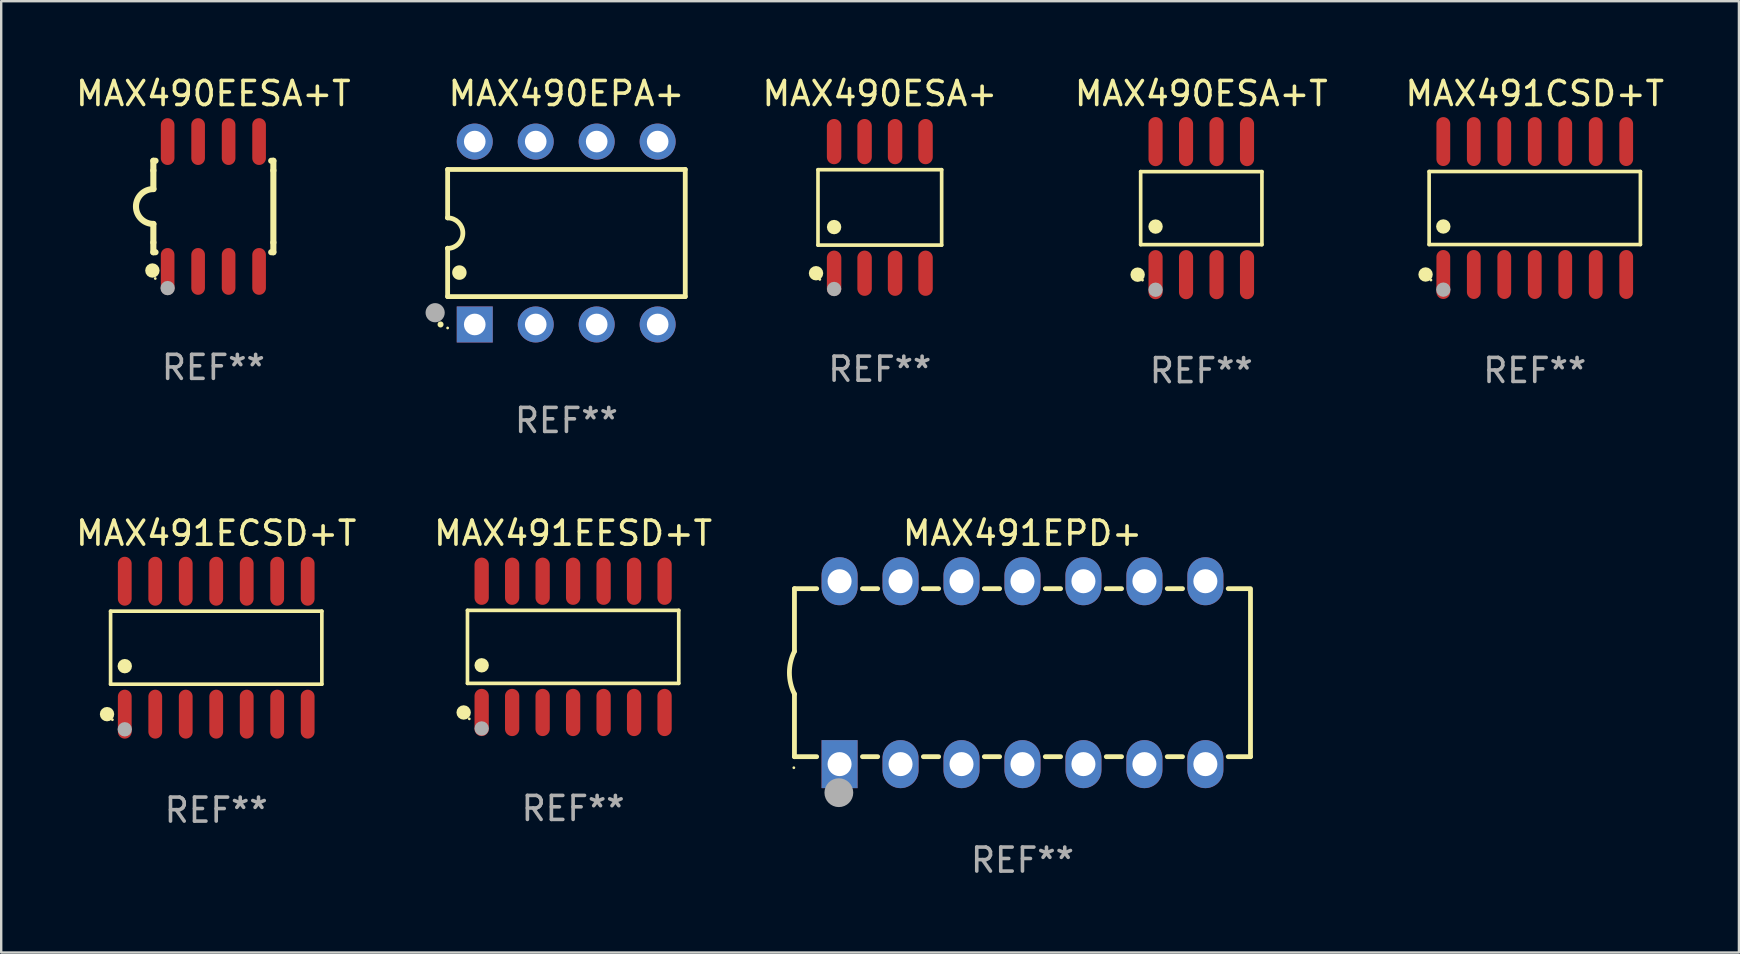
<source format=kicad_pcb>
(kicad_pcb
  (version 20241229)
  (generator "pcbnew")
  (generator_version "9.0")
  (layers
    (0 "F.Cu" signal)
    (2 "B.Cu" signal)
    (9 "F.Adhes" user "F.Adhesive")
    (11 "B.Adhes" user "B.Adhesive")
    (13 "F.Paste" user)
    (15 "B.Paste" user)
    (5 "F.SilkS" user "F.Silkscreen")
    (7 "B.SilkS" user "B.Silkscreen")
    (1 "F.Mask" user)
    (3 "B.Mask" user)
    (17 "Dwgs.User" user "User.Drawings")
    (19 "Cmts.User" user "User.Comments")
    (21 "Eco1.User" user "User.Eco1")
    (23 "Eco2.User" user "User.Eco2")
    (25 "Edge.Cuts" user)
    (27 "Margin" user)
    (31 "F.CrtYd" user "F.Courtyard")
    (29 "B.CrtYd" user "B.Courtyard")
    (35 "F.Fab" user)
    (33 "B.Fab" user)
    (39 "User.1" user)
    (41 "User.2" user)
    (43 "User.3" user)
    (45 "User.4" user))
  (footprint "MAX491EPD+"
    (layer "F.Cu")
    (at 39.548 24.975)
    (property "Reference" "MAX491EPD+" (at 0 -5.81 0) (layer "F.SilkS") (effects (font (size 1 1) (thickness 0.15))))
    (attr through_hole)
    (fp_line (start -9.5 -3.5) (end -9.5 -0.889) (stroke (width 0.2) (type solid)) (layer "F.SilkS"))
    (fp_line (start -9.5 -3.5) (end -8.572 -3.5) (stroke (width 0.2) (type solid)) (layer "F.SilkS"))
    (fp_line (start -9.5 3.5) (end -9.5 0.889) (stroke (width 0.2) (type solid)) (layer "F.SilkS"))
    (fp_line (start -9.5 3.5) (end -8.574 3.5) (stroke (width 0.2) (type solid)) (layer "F.SilkS"))
    (fp_line (start -6.668 -3.5) (end -6.032 -3.5) (stroke (width 0.2) (type solid)) (layer "F.SilkS"))
    (fp_line (start -6.666 3.5) (end -6.032 3.5) (stroke (width 0.2) (type solid)) (layer "F.SilkS"))
    (fp_line (start -4.128 -3.5) (end -3.492 -3.5) (stroke (width 0.2) (type solid)) (layer "F.SilkS"))
    (fp_line (start -4.128 3.5) (end -3.492 3.5) (stroke (width 0.2) (type solid)) (layer "F.SilkS"))
    (fp_line (start -1.588 -3.5) (end -0.952 -3.5) (stroke (width 0.2) (type solid)) (layer "F.SilkS"))
    (fp_line (start -1.588 3.5) (end -0.952 3.5) (stroke (width 0.2) (type solid)) (layer "F.SilkS"))
    (fp_line (start 0.952 -3.5) (end 1.588 -3.5) (stroke (width 0.2) (type solid)) (layer "F.SilkS"))
    (fp_line (start 0.952 3.5) (end 1.588 3.5) (stroke (width 0.2) (type solid)) (layer "F.SilkS"))
    (fp_line (start 3.492 -3.5) (end 4.128 -3.5) (stroke (width 0.2) (type solid)) (layer "F.SilkS"))
    (fp_line (start 3.492 3.5) (end 4.128 3.5) (stroke (width 0.2) (type solid)) (layer "F.SilkS"))
    (fp_line (start 6.032 -3.5) (end 6.668 -3.5) (stroke (width 0.2) (type solid)) (layer "F.SilkS"))
    (fp_line (start 6.032 3.5) (end 6.668 3.5) (stroke (width 0.2) (type solid)) (layer "F.SilkS"))
    (fp_line (start 8.572 -3.5) (end 9.5 -3.5) (stroke (width 0.2) (type solid)) (layer "F.SilkS"))
    (fp_line (start 8.572 3.5) (end 9.5 3.5) (stroke (width 0.2) (type solid)) (layer "F.SilkS"))
    (fp_line (start 9.5 3.5) (end 9.5 -3.429) (stroke (width 0.2) (type solid)) (layer "F.SilkS"))
    (fp_arc (start -9.499619 0.889001) (mid -9.709623 0.000047) (end -9.500025 -0.889002) (stroke (width 0.2) (type solid)) (layer "F.SilkS"))
    (fp_circle (center -9.525 3.96) (end -9.495 3.96) (stroke (width 0.06) (type solid)) (fill no) (layer "F.SilkS"))
    (fp_circle (center -7.65 5) (end -7.35 5) (stroke (width 0.6) (type solid)) (fill no) (layer "F.Fab"))
    (fp_text user "REF**" (at 0 7.81 0) (layer "F.Fab") (effects (font (size 1 1) (thickness 0.15))))
    (pad "1" thru_hole rect (at -7.62 3.81 90) (size 2 1.5) (drill 1) (layers "*.Cu" "*.Mask"))
    (pad "2" thru_hole oval (at -5.08 3.81 90) (size 2 1.5) (drill 1) (layers "*.Cu" "*.Mask"))
    (pad "3" thru_hole oval (at -2.54 3.81 90) (size 2 1.5) (drill 1) (layers "*.Cu" "*.Mask"))
    (pad "4" thru_hole oval (at 0 3.81 90) (size 2 1.5) (drill 1) (layers "*.Cu" "*.Mask"))
    (pad "5" thru_hole oval (at 2.54 3.81 90) (size 2 1.5) (drill 1) (layers "*.Cu" "*.Mask"))
    (pad "6" thru_hole oval (at 5.08 3.81 90) (size 2 1.5) (drill 1) (layers "*.Cu" "*.Mask"))
    (pad "7" thru_hole oval (at 7.62 3.81 90) (size 2 1.5) (drill 1) (layers "*.Cu" "*.Mask"))
    (pad "8" thru_hole oval (at 7.62 -3.81 90) (size 2 1.5) (drill 1) (layers "*.Cu" "*.Mask"))
    (pad "9" thru_hole oval (at 5.08 -3.81 90) (size 2 1.5) (drill 1) (layers "*.Cu" "*.Mask"))
    (pad "10" thru_hole oval (at 2.54 -3.81 90) (size 2 1.5) (drill 1) (layers "*.Cu" "*.Mask"))
    (pad "11" thru_hole oval (at 0 -3.81 90) (size 2 1.5) (drill 1) (layers "*.Cu" "*.Mask"))
    (pad "12" thru_hole oval (at -2.54 -3.81 90) (size 2 1.5) (drill 1) (layers "*.Cu" "*.Mask"))
    (pad "13" thru_hole oval (at -5.08 -3.81 90) (size 2 1.5) (drill 1) (layers "*.Cu" "*.Mask"))
    (pad "14" thru_hole oval (at -7.62 -3.81 90) (size 2 1.5) (drill 1) (layers "*.Cu" "*.Mask")))
  (footprint "MAX490ESA+"
    (layer "F.Cu")
    (at 33.605 5.591)
    (property "Reference" "MAX490ESA+" (at 0 -4.742 0) (layer "F.SilkS") (effects (font (size 1 1) (thickness 0.15))))
    (attr through_hole)
    (fp_line (start -2.576 -1.571) (end 2.576 -1.571) (stroke (width 0.152) (type solid)) (layer "F.SilkS"))
    (fp_line (start -2.576 1.571) (end -2.576 -1.571) (stroke (width 0.152) (type solid)) (layer "F.SilkS"))
    (fp_line (start 2.576 -1.571) (end 2.576 1.571) (stroke (width 0.152) (type solid)) (layer "F.SilkS"))
    (fp_line (start 2.576 1.571) (end -2.576 1.571) (stroke (width 0.152) (type solid)) (layer "F.SilkS"))
    (fp_circle (center -2.658 2.742) (end -2.508 2.742) (stroke (width 0.3) (type solid)) (fill no) (layer "F.SilkS"))
    (fp_circle (center -2.5 3) (end -2.47 3) (stroke (width 0.06) (type solid)) (fill no) (layer "F.SilkS"))
    (fp_circle (center -1.905 0.819) (end -1.755 0.819) (stroke (width 0.3) (type solid)) (fill no) (layer "F.SilkS"))
    (fp_circle (center -1.905 3.4) (end -1.755 3.4) (stroke (width 0.3) (type solid)) (fill no) (layer "F.Fab"))
    (fp_text user "REF**" (at 0 6.742 0) (layer "F.Fab") (effects (font (size 1 1) (thickness 0.15))))
    (pad "1" smd oval (at -1.905 2.742) (size 0.602 1.885) (layers "F.Cu" "F.Mask" "F.Paste"))
    (pad "2" smd oval (at -0.635 2.742) (size 0.602 1.885) (layers "F.Cu" "F.Mask" "F.Paste"))
    (pad "3" smd oval (at 0.635 2.742) (size 0.602 1.885) (layers "F.Cu" "F.Mask" "F.Paste"))
    (pad "4" smd oval (at 1.905 2.742) (size 0.602 1.885) (layers "F.Cu" "F.Mask" "F.Paste"))
    (pad "5" smd oval (at 1.905 -2.742) (size 0.602 1.885) (layers "F.Cu" "F.Mask" "F.Paste"))
    (pad "6" smd oval (at 0.635 -2.742) (size 0.602 1.885) (layers "F.Cu" "F.Mask" "F.Paste"))
    (pad "7" smd oval (at -0.635 -2.742) (size 0.602 1.885) (layers "F.Cu" "F.Mask" "F.Paste"))
    (pad "8" smd oval (at -1.905 -2.742) (size 0.602 1.885) (layers "F.Cu" "F.Mask" "F.Paste")))
  (footprint "MAX490EESA+T"
    (layer "F.Cu")
    (at 5.839 5.553)
    (property "Reference" "MAX490EESA+T" (at 0 -4.705 0) (layer "F.SilkS") (effects (font (size 1 1) (thickness 0.15))))
    (attr through_hole)
    (fp_line (start -2.5 -1.905) (end -2.409 -1.905) (stroke (width 0.254) (type solid)) (layer "F.SilkS"))
    (fp_line (start -2.5 -1.5) (end -2.5 -1.905) (stroke (width 0.254) (type solid)) (layer "F.SilkS"))
    (fp_line (start -2.5 -1.5) (end -2.5 -0.726) (stroke (width 0.254) (type solid)) (layer "F.SilkS"))
    (fp_line (start -2.5 1.5) (end -2.5 0.727) (stroke (width 0.254) (type solid)) (layer "F.SilkS"))
    (fp_line (start -2.5 1.5) (end -2.5 1.905) (stroke (width 0.254) (type solid)) (layer "F.SilkS"))
    (fp_line (start -2.5 1.905) (end -2.409 1.905) (stroke (width 0.254) (type solid)) (layer "F.SilkS"))
    (fp_line (start 2.5 -1.905) (end 2.409 -1.905) (stroke (width 0.254) (type solid)) (layer "F.SilkS"))
    (fp_line (start 2.5 -1.5) (end 2.5 -1.905) (stroke (width 0.254) (type solid)) (layer "F.SilkS"))
    (fp_line (start 2.5 -1.5) (end 2.5 1.5) (stroke (width 0.254) (type solid)) (layer "F.SilkS"))
    (fp_line (start 2.5 1.5) (end 2.5 1.905) (stroke (width 0.254) (type solid)) (layer "F.SilkS"))
    (fp_line (start 2.5 1.905) (end 2.409 1.905) (stroke (width 0.254) (type solid)) (layer "F.SilkS"))
    (fp_arc (start -2.5 0.726568) (mid -3.220316 -0.0023) (end -2.495097 -0.726289) (stroke (width 0.254001) (type solid)) (layer "F.SilkS"))
    (fp_circle (center -2.54 2.667) (end -2.39 2.667) (stroke (width 0.3) (type solid)) (fill no) (layer "F.SilkS"))
    (fp_circle (center -2.42 3) (end -2.39 3) (stroke (width 0.06) (type solid)) (fill no) (layer "F.SilkS"))
    (fp_circle (center -1.905 3.4) (end -1.755 3.4) (stroke (width 0.3) (type solid)) (fill no) (layer "F.Fab"))
    (fp_text user "REF**" (at 0 6.705 0) (layer "F.Fab") (effects (font (size 1 1) (thickness 0.15))))
    (pad "1" smd oval (at -1.905 2.705) (size 0.568 1.95) (layers "F.Cu" "F.Mask" "F.Paste"))
    (pad "2" smd oval (at -0.635 2.705) (size 0.568 1.95) (layers "F.Cu" "F.Mask" "F.Paste"))
    (pad "3" smd oval (at 0.635 2.705) (size 0.568 1.95) (layers "F.Cu" "F.Mask" "F.Paste"))
    (pad "4" smd oval (at 1.905 2.705) (size 0.568 1.95) (layers "F.Cu" "F.Mask" "F.Paste"))
    (pad "5" smd oval (at 1.905 -2.705) (size 0.568 1.95) (layers "F.Cu" "F.Mask" "F.Paste"))
    (pad "6" smd oval (at 0.635 -2.705) (size 0.568 1.95) (layers "F.Cu" "F.Mask" "F.Paste"))
    (pad "7" smd oval (at -0.635 -2.705) (size 0.568 1.95) (layers "F.Cu" "F.Mask" "F.Paste"))
    (pad "8" smd oval (at -1.905 -2.705) (size 0.568 1.95) (layers "F.Cu" "F.Mask" "F.Paste")))
  (footprint "MAX491CSD+T"
    (layer "F.Cu")
    (at 60.891 5.617)
    (property "Reference" "MAX491CSD+T" (at 0 -4.769 0) (layer "F.SilkS") (effects (font (size 1 1) (thickness 0.15))))
    (attr through_hole)
    (fp_line (start -4.401 -1.521) (end 4.401 -1.521) (stroke (width 0.152) (type solid)) (layer "F.SilkS"))
    (fp_line (start -4.401 1.521) (end -4.401 -1.521) (stroke (width 0.152) (type solid)) (layer "F.SilkS"))
    (fp_line (start 4.401 -1.521) (end 4.401 1.521) (stroke (width 0.152) (type solid)) (layer "F.SilkS"))
    (fp_line (start 4.401 1.521) (end -4.401 1.521) (stroke (width 0.152) (type solid)) (layer "F.SilkS"))
    (fp_circle (center -4.549 2.769) (end -4.399 2.769) (stroke (width 0.3) (type solid)) (fill no) (layer "F.SilkS"))
    (fp_circle (center -4.325 3) (end -4.295 3) (stroke (width 0.06) (type solid)) (fill no) (layer "F.SilkS"))
    (fp_circle (center -3.81 0.769) (end -3.66 0.769) (stroke (width 0.3) (type solid)) (fill no) (layer "F.SilkS"))
    (fp_circle (center -3.81 3.4) (end -3.66 3.4) (stroke (width 0.3) (type solid)) (fill no) (layer "F.Fab"))
    (fp_text user "REF**" (at 0 6.769 0) (layer "F.Fab") (effects (font (size 1 1) (thickness 0.15))))
    (pad "1" smd oval (at -3.81 2.769) (size 0.574 2.038) (layers "F.Cu" "F.Mask" "F.Paste"))
    (pad "2" smd oval (at -2.54 2.769) (size 0.574 2.038) (layers "F.Cu" "F.Mask" "F.Paste"))
    (pad "3" smd oval (at -1.27 2.769) (size 0.574 2.038) (layers "F.Cu" "F.Mask" "F.Paste"))
    (pad "4" smd oval (at 0 2.769) (size 0.574 2.038) (layers "F.Cu" "F.Mask" "F.Paste"))
    (pad "5" smd oval (at 1.27 2.769) (size 0.574 2.038) (layers "F.Cu" "F.Mask" "F.Paste"))
    (pad "6" smd oval (at 2.54 2.769) (size 0.574 2.038) (layers "F.Cu" "F.Mask" "F.Paste"))
    (pad "7" smd oval (at 3.81 2.769) (size 0.574 2.038) (layers "F.Cu" "F.Mask" "F.Paste"))
    (pad "8" smd oval (at 3.81 -2.769) (size 0.574 2.038) (layers "F.Cu" "F.Mask" "F.Paste"))
    (pad "9" smd oval (at 2.54 -2.769) (size 0.574 2.038) (layers "F.Cu" "F.Mask" "F.Paste"))
    (pad "10" smd oval (at 1.27 -2.769) (size 0.574 2.038) (layers "F.Cu" "F.Mask" "F.Paste"))
    (pad "11" smd oval (at 0 -2.769) (size 0.574 2.038) (layers "F.Cu" "F.Mask" "F.Paste"))
    (pad "12" smd oval (at -1.27 -2.769) (size 0.574 2.038) (layers "F.Cu" "F.Mask" "F.Paste"))
    (pad "13" smd oval (at -2.54 -2.769) (size 0.574 2.038) (layers "F.Cu" "F.Mask" "F.Paste"))
    (pad "14" smd oval (at -3.81 -2.769) (size 0.574 2.038) (layers "F.Cu" "F.Mask" "F.Paste")))
  (footprint "MAX491ECSD+T"
    (layer "F.Cu")
    (at 5.958 23.934)
    (property "Reference" "MAX491ECSD+T" (at 0 -4.769 0) (layer "F.SilkS") (effects (font (size 1 1) (thickness 0.15))))
    (attr through_hole)
    (fp_line (start -4.401 -1.521) (end 4.401 -1.521) (stroke (width 0.152) (type solid)) (layer "F.SilkS"))
    (fp_line (start -4.401 1.521) (end -4.401 -1.521) (stroke (width 0.152) (type solid)) (layer "F.SilkS"))
    (fp_line (start 4.401 -1.521) (end 4.401 1.521) (stroke (width 0.152) (type solid)) (layer "F.SilkS"))
    (fp_line (start 4.401 1.521) (end -4.401 1.521) (stroke (width 0.152) (type solid)) (layer "F.SilkS"))
    (fp_circle (center -4.549 2.769) (end -4.399 2.769) (stroke (width 0.3) (type solid)) (fill no) (layer "F.SilkS"))
    (fp_circle (center -4.325 3) (end -4.295 3) (stroke (width 0.06) (type solid)) (fill no) (layer "F.SilkS"))
    (fp_circle (center -3.81 0.769) (end -3.66 0.769) (stroke (width 0.3) (type solid)) (fill no) (layer "F.SilkS"))
    (fp_circle (center -3.81 3.4) (end -3.66 3.4) (stroke (width 0.3) (type solid)) (fill no) (layer "F.Fab"))
    (fp_text user "REF**" (at 0 6.769 0) (layer "F.Fab") (effects (font (size 1 1) (thickness 0.15))))
    (pad "1" smd oval (at -3.81 2.769) (size 0.574 2.038) (layers "F.Cu" "F.Mask" "F.Paste"))
    (pad "2" smd oval (at -2.54 2.769) (size 0.574 2.038) (layers "F.Cu" "F.Mask" "F.Paste"))
    (pad "3" smd oval (at -1.27 2.769) (size 0.574 2.038) (layers "F.Cu" "F.Mask" "F.Paste"))
    (pad "4" smd oval (at 0 2.769) (size 0.574 2.038) (layers "F.Cu" "F.Mask" "F.Paste"))
    (pad "5" smd oval (at 1.27 2.769) (size 0.574 2.038) (layers "F.Cu" "F.Mask" "F.Paste"))
    (pad "6" smd oval (at 2.54 2.769) (size 0.574 2.038) (layers "F.Cu" "F.Mask" "F.Paste"))
    (pad "7" smd oval (at 3.81 2.769) (size 0.574 2.038) (layers "F.Cu" "F.Mask" "F.Paste"))
    (pad "8" smd oval (at 3.81 -2.769) (size 0.574 2.038) (layers "F.Cu" "F.Mask" "F.Paste"))
    (pad "9" smd oval (at 2.54 -2.769) (size 0.574 2.038) (layers "F.Cu" "F.Mask" "F.Paste"))
    (pad "10" smd oval (at 1.27 -2.769) (size 0.574 2.038) (layers "F.Cu" "F.Mask" "F.Paste"))
    (pad "11" smd oval (at 0 -2.769) (size 0.574 2.038) (layers "F.Cu" "F.Mask" "F.Paste"))
    (pad "12" smd oval (at -1.27 -2.769) (size 0.574 2.038) (layers "F.Cu" "F.Mask" "F.Paste"))
    (pad "13" smd oval (at -2.54 -2.769) (size 0.574 2.038) (layers "F.Cu" "F.Mask" "F.Paste"))
    (pad "14" smd oval (at -3.81 -2.769) (size 0.574 2.038) (layers "F.Cu" "F.Mask" "F.Paste")))
  (footprint "MAX491EESD+T"
    (layer "F.Cu")
    (at 20.827 23.899)
    (property "Reference" "MAX491EESD+T" (at 0 -4.734 0) (layer "F.SilkS") (effects (font (size 1 1) (thickness 0.15))))
    (attr through_hole)
    (fp_line (start -4.401 -1.521) (end 4.401 -1.521) (stroke (width 0.152) (type solid)) (layer "F.SilkS"))
    (fp_line (start -4.401 1.521) (end -4.401 -1.521) (stroke (width 0.152) (type solid)) (layer "F.SilkS"))
    (fp_line (start 4.401 -1.521) (end 4.401 1.521) (stroke (width 0.152) (type solid)) (layer "F.SilkS"))
    (fp_line (start 4.401 1.521) (end -4.401 1.521) (stroke (width 0.152) (type solid)) (layer "F.SilkS"))
    (fp_circle (center -4.56 2.734) (end -4.41 2.734) (stroke (width 0.3) (type solid)) (fill no) (layer "F.SilkS"))
    (fp_circle (center -4.325 3) (end -4.295 3) (stroke (width 0.06) (type solid)) (fill no) (layer "F.SilkS"))
    (fp_circle (center -3.81 0.769) (end -3.66 0.769) (stroke (width 0.3) (type solid)) (fill no) (layer "F.SilkS"))
    (fp_circle (center -3.81 3.4) (end -3.66 3.4) (stroke (width 0.3) (type solid)) (fill no) (layer "F.Fab"))
    (fp_text user "REF**" (at 0 6.734 0) (layer "F.Fab") (effects (font (size 1 1) (thickness 0.15))))
    (pad "1" smd oval (at -3.81 2.734) (size 0.595 1.968) (layers "F.Cu" "F.Mask" "F.Paste"))
    (pad "2" smd oval (at -2.54 2.734) (size 0.595 1.968) (layers "F.Cu" "F.Mask" "F.Paste"))
    (pad "3" smd oval (at -1.27 2.734) (size 0.595 1.968) (layers "F.Cu" "F.Mask" "F.Paste"))
    (pad "4" smd oval (at 0 2.734) (size 0.595 1.968) (layers "F.Cu" "F.Mask" "F.Paste"))
    (pad "5" smd oval (at 1.27 2.734) (size 0.595 1.968) (layers "F.Cu" "F.Mask" "F.Paste"))
    (pad "6" smd oval (at 2.54 2.734) (size 0.595 1.968) (layers "F.Cu" "F.Mask" "F.Paste"))
    (pad "7" smd oval (at 3.81 2.734) (size 0.595 1.968) (layers "F.Cu" "F.Mask" "F.Paste"))
    (pad "8" smd oval (at 3.81 -2.734) (size 0.595 1.968) (layers "F.Cu" "F.Mask" "F.Paste"))
    (pad "9" smd oval (at 2.54 -2.734) (size 0.595 1.968) (layers "F.Cu" "F.Mask" "F.Paste"))
    (pad "10" smd oval (at 1.27 -2.734) (size 0.595 1.968) (layers "F.Cu" "F.Mask" "F.Paste"))
    (pad "11" smd oval (at 0 -2.734) (size 0.595 1.968) (layers "F.Cu" "F.Mask" "F.Paste"))
    (pad "12" smd oval (at -1.27 -2.734) (size 0.595 1.968) (layers "F.Cu" "F.Mask" "F.Paste"))
    (pad "13" smd oval (at -2.54 -2.734) (size 0.595 1.968) (layers "F.Cu" "F.Mask" "F.Paste"))
    (pad "14" smd oval (at -3.81 -2.734) (size 0.595 1.968) (layers "F.Cu" "F.Mask" "F.Paste")))
  (footprint "MAX490EPA+"
    (layer "F.Cu")
    (at 20.549 6.658)
    (property "Reference" "MAX490EPA+" (at 0 -5.81 0) (layer "F.SilkS") (effects (font (size 1 1) (thickness 0.15))))
    (attr through_hole)
    (fp_line (start -4.95 -2.649) (end 4.95 -2.649) (stroke (width 0.2) (type solid)) (layer "F.SilkS"))
    (fp_line (start -4.95 -0.635) (end -4.95 -2.649) (stroke (width 0.2) (type solid)) (layer "F.SilkS"))
    (fp_line (start -4.95 0.635) (end -4.95 0.64) (stroke (width 0.2) (type solid)) (layer "F.SilkS"))
    (fp_line (start -4.95 2.649) (end -4.95 0.635) (stroke (width 0.2) (type solid)) (layer "F.SilkS"))
    (fp_line (start -4.95 -0.64) (end -4.95 -0.635) (stroke (width 0.2) (type solid)) (layer "F.SilkS"))
    (fp_line (start 4.95 -2.649) (end 4.95 2.649) (stroke (width 0.2) (type solid)) (layer "F.SilkS"))
    (fp_line (start 4.95 2.649) (end -4.95 2.649) (stroke (width 0.2) (type solid)) (layer "F.SilkS"))
    (fp_arc (start -5.24511 3.810008) (mid -5.245117 3.808738) (end -5.24511 3.807468) (stroke (width 0.25) (type solid)) (layer "F.SilkS"))
    (fp_arc (start -4.950165 -0.629997) (mid -4.315164 0.005004) (end -4.950165 0.640005) (stroke (width 0.2) (type solid)) (layer "F.SilkS"))
    (fp_arc (start -4.460249 1.651003) (mid -4.46026 1.648463) (end -4.460249 1.645923) (stroke (width 0.6) (type solid)) (layer "F.SilkS"))
    (fp_circle (center -4.95 3.956) (end -4.92 3.956) (stroke (width 0.06) (type solid)) (fill no) (layer "F.SilkS"))
    (fp_circle (center -5.47 3.32) (end -5.27 3.32) (stroke (width 0.4) (type solid)) (fill no) (layer "F.Fab"))
    (fp_text user "REF**" (at 0 7.81 0) (layer "F.Fab") (effects (font (size 1 1) (thickness 0.15))))
    (pad "1" thru_hole rect (at -3.82 3.81) (size 1.5 1.5) (drill 0.9) (layers "*.Cu" "*.Mask"))
    (pad "2" thru_hole circle (at -1.28 3.81) (size 1.5 1.5) (drill 0.9) (layers "*.Cu" "*.Mask"))
    (pad "3" thru_hole circle (at 1.26 3.81) (size 1.5 1.5) (drill 0.9) (layers "*.Cu" "*.Mask"))
    (pad "4" thru_hole circle (at 3.8 3.81) (size 1.5 1.5) (drill 0.9) (layers "*.Cu" "*.Mask"))
    (pad "5" thru_hole circle (at 3.8 -3.81) (size 1.5 1.5) (drill 0.9) (layers "*.Cu" "*.Mask"))
    (pad "6" thru_hole circle (at 1.26 -3.81) (size 1.5 1.5) (drill 0.9) (layers "*.Cu" "*.Mask"))
    (pad "7" thru_hole circle (at -1.28 -3.81) (size 1.5 1.5) (drill 0.9) (layers "*.Cu" "*.Mask"))
    (pad "8" thru_hole circle (at -3.82 -3.81) (size 1.5 1.5) (drill 0.9) (layers "*.Cu" "*.Mask")))
  (footprint "MAX490ESA+T"
    (layer "F.Cu")
    (at 46.998 5.621)
    (property "Reference" "MAX490ESA+T" (at 0 -4.772 0) (layer "F.SilkS") (effects (font (size 1 1) (thickness 0.15))))
    (attr through_hole)
    (fp_line (start -2.526 -1.521) (end 2.526 -1.521) (stroke (width 0.152) (type solid)) (layer "F.SilkS"))
    (fp_line (start -2.526 1.521) (end -2.526 -1.521) (stroke (width 0.152) (type solid)) (layer "F.SilkS"))
    (fp_line (start 2.526 -1.521) (end 2.526 1.521) (stroke (width 0.152) (type solid)) (layer "F.SilkS"))
    (fp_line (start 2.526 1.521) (end -2.526 1.521) (stroke (width 0.152) (type solid)) (layer "F.SilkS"))
    (fp_circle (center -2.652 2.772) (end -2.501 2.772) (stroke (width 0.3) (type solid)) (fill no) (layer "F.SilkS"))
    (fp_circle (center -2.45 3) (end -2.42 3) (stroke (width 0.06) (type solid)) (fill no) (layer "F.SilkS"))
    (fp_circle (center -1.905 0.769) (end -1.755 0.769) (stroke (width 0.3) (type solid)) (fill no) (layer "F.SilkS"))
    (fp_circle (center -1.905 3.4) (end -1.755 3.4) (stroke (width 0.3) (type solid)) (fill no) (layer "F.Fab"))
    (fp_text user "REF**" (at 0 6.772 0) (layer "F.Fab") (effects (font (size 1 1) (thickness 0.15))))
    (pad "1" smd oval (at -1.905 2.772) (size 0.588 2.045) (layers "F.Cu" "F.Mask" "F.Paste"))
    (pad "2" smd oval (at -0.635 2.772) (size 0.588 2.045) (layers "F.Cu" "F.Mask" "F.Paste"))
    (pad "3" smd oval (at 0.635 2.772) (size 0.588 2.045) (layers "F.Cu" "F.Mask" "F.Paste"))
    (pad "4" smd oval (at 1.905 2.772) (size 0.588 2.045) (layers "F.Cu" "F.Mask" "F.Paste"))
    (pad "5" smd oval (at 1.905 -2.772) (size 0.588 2.045) (layers "F.Cu" "F.Mask" "F.Paste"))
    (pad "6" smd oval (at 0.635 -2.772) (size 0.588 2.045) (layers "F.Cu" "F.Mask" "F.Paste"))
    (pad "7" smd oval (at -0.635 -2.772) (size 0.588 2.045) (layers "F.Cu" "F.Mask" "F.Paste"))
    (pad "8" smd oval (at -1.905 -2.772) (size 0.588 2.045) (layers "F.Cu" "F.Mask" "F.Paste")))
  (gr_rect
    (start -3 -3)
    (end 69.397 36.633)
    (stroke (width 0.1) (type default))
    (fill no)
    (layer "Edge.Cuts")))
</source>
